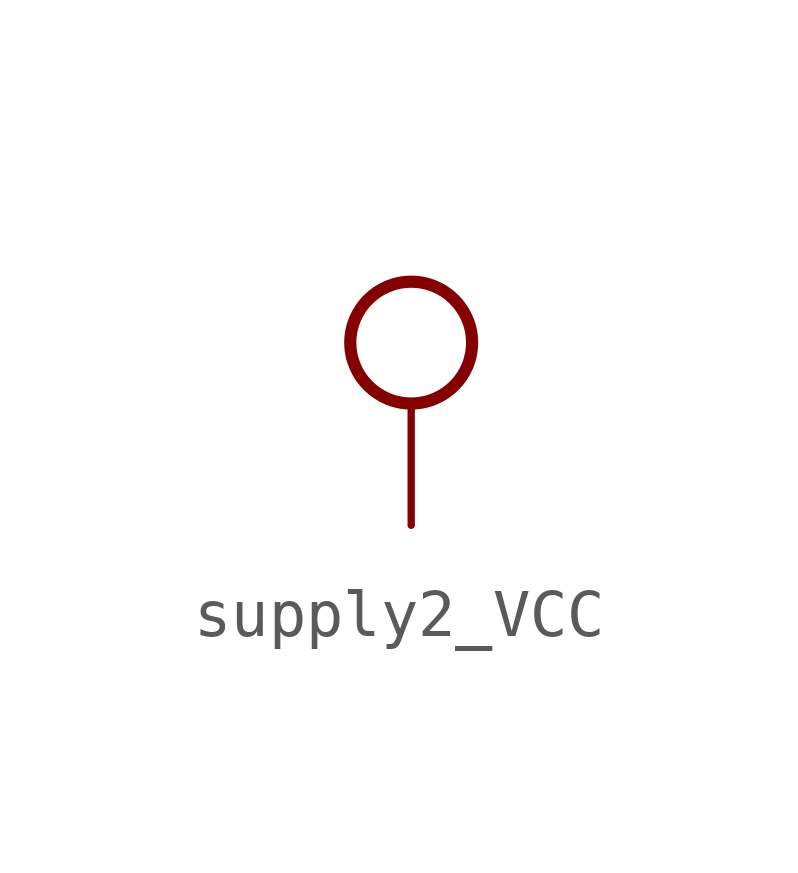
<source format=kicad_sym>
(kicad_symbol_lib
  (version 20231120)
  (generator "kicad_symbol_editor")
  (generator_version "8.0")
  (symbol "supply2_VCC"
    (power)
    (property "Reference" "#SUPPLY"
      (at 0 0 0)
      (effects (font (size 1.27 1.27)) (hide yes)))
    (property "Value" ""
      (at -1.905 3.175 0)
      (effects (font (size 1.778 1.511)) (justify left bottom)))
    (property "ki_locked" ""
      (at 0 0 0)
      (effects (font (size 1.27 1.27))))
    (symbol "supply2_VCC_1_0"
      (circle (center 0 1.27) (radius 1.27) (stroke (width 0.254) (type solid)) (fill (type none)))
      (pin power_in line (at 0 -2.54 90) (length 2.54) (name "VCC" (effects (font (size 0 0)))) (number "1" (effects (font (size 0 0))))))))
</source>
